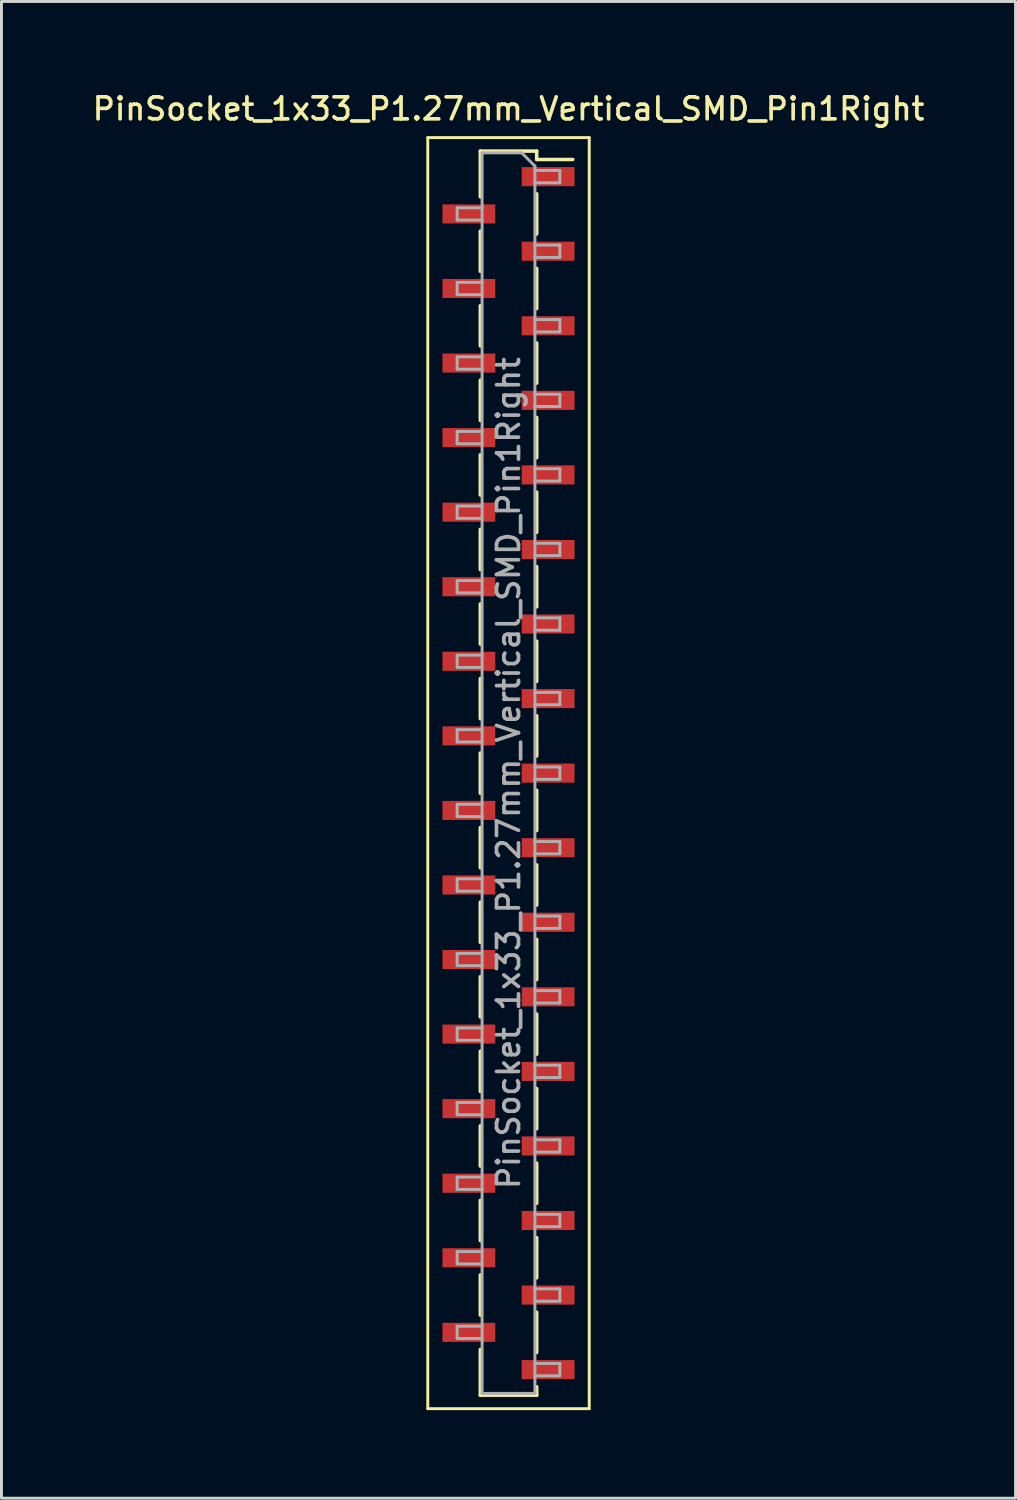
<source format=kicad_pcb>
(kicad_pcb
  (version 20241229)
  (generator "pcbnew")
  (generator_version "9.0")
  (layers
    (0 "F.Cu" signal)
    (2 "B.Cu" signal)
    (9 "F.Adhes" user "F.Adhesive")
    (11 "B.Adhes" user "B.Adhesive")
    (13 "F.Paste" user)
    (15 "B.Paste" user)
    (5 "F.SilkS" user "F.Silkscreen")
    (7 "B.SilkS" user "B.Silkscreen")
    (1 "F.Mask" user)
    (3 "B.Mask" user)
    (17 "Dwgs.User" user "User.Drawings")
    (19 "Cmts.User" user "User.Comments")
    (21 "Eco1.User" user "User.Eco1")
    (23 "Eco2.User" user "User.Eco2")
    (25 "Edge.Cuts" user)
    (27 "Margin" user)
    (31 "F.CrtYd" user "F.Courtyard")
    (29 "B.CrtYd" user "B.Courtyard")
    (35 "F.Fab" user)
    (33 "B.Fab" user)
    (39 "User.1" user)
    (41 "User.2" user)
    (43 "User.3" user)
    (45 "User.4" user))
  (footprint "PinSocket_1x33_P1.27mm_Vertical_SMD_Pin1Right"
    (layer "F.Cu")
    (at 14.273 23.288)
    (property "Reference" "PinSocket_1x33_P1.27mm_Vertical_SMD_Pin1Right" (at 0 -22.63 0) (layer "F.SilkS") (effects (font (size 0.75 0.75) (thickness 0.125))))
    (attr smd)
    (fp_line (start -2.75 -21.65) (end 2.75 -21.65) (stroke (width 0.1) (type solid)) (layer "F.SilkS"))
    (fp_line (start -2.75 21.65) (end -2.75 -21.65) (stroke (width 0.1) (type solid)) (layer "F.SilkS"))
    (fp_line (start -0.96 -21.19) (end -0.96 -19.635) (stroke (width 0.12) (type solid)) (layer "F.SilkS"))
    (fp_line (start -0.96 -21.19) (end 0.96 -21.19) (stroke (width 0.12) (type solid)) (layer "F.SilkS"))
    (fp_line (start -0.96 -18.465) (end -0.96 -17.095) (stroke (width 0.12) (type solid)) (layer "F.SilkS"))
    (fp_line (start -0.96 -15.925) (end -0.96 -14.555) (stroke (width 0.12) (type solid)) (layer "F.SilkS"))
    (fp_line (start -0.96 -13.385) (end -0.96 -12.015) (stroke (width 0.12) (type solid)) (layer "F.SilkS"))
    (fp_line (start -0.96 -10.845) (end -0.96 -9.475) (stroke (width 0.12) (type solid)) (layer "F.SilkS"))
    (fp_line (start -0.96 -8.305) (end -0.96 -6.935) (stroke (width 0.12) (type solid)) (layer "F.SilkS"))
    (fp_line (start -0.96 -5.765) (end -0.96 -4.395) (stroke (width 0.12) (type solid)) (layer "F.SilkS"))
    (fp_line (start -0.96 -3.225) (end -0.96 -1.855) (stroke (width 0.12) (type solid)) (layer "F.SilkS"))
    (fp_line (start -0.96 -0.685) (end -0.96 0.685) (stroke (width 0.12) (type solid)) (layer "F.SilkS"))
    (fp_line (start -0.96 1.855) (end -0.96 3.225) (stroke (width 0.12) (type solid)) (layer "F.SilkS"))
    (fp_line (start -0.96 4.395) (end -0.96 5.765) (stroke (width 0.12) (type solid)) (layer "F.SilkS"))
    (fp_line (start -0.96 6.935) (end -0.96 8.305) (stroke (width 0.12) (type solid)) (layer "F.SilkS"))
    (fp_line (start -0.96 9.475) (end -0.96 10.845) (stroke (width 0.12) (type solid)) (layer "F.SilkS"))
    (fp_line (start -0.96 12.015) (end -0.96 13.385) (stroke (width 0.12) (type solid)) (layer "F.SilkS"))
    (fp_line (start -0.96 14.555) (end -0.96 15.925) (stroke (width 0.12) (type solid)) (layer "F.SilkS"))
    (fp_line (start -0.96 17.095) (end -0.96 18.465) (stroke (width 0.12) (type solid)) (layer "F.SilkS"))
    (fp_line (start -0.96 19.635) (end -0.96 21.19) (stroke (width 0.12) (type solid)) (layer "F.SilkS"))
    (fp_line (start -0.96 21.19) (end 0.96 21.19) (stroke (width 0.12) (type solid)) (layer "F.SilkS"))
    (fp_line (start 0.96 -21.19) (end 0.96 -20.905) (stroke (width 0.12) (type solid)) (layer "F.SilkS"))
    (fp_line (start 0.96 -20.905) (end 2.19 -20.905) (stroke (width 0.12) (type solid)) (layer "F.SilkS"))
    (fp_line (start 0.96 -19.735) (end 0.96 -18.365) (stroke (width 0.12) (type solid)) (layer "F.SilkS"))
    (fp_line (start 0.96 -17.195) (end 0.96 -15.825) (stroke (width 0.12) (type solid)) (layer "F.SilkS"))
    (fp_line (start 0.96 -14.655) (end 0.96 -13.285) (stroke (width 0.12) (type solid)) (layer "F.SilkS"))
    (fp_line (start 0.96 -12.115) (end 0.96 -10.745) (stroke (width 0.12) (type solid)) (layer "F.SilkS"))
    (fp_line (start 0.96 -9.575) (end 0.96 -8.205) (stroke (width 0.12) (type solid)) (layer "F.SilkS"))
    (fp_line (start 0.96 -7.035) (end 0.96 -5.665) (stroke (width 0.12) (type solid)) (layer "F.SilkS"))
    (fp_line (start 0.96 -4.495) (end 0.96 -3.125) (stroke (width 0.12) (type solid)) (layer "F.SilkS"))
    (fp_line (start 0.96 -1.955) (end 0.96 -0.585) (stroke (width 0.12) (type solid)) (layer "F.SilkS"))
    (fp_line (start 0.96 0.585) (end 0.96 1.955) (stroke (width 0.12) (type solid)) (layer "F.SilkS"))
    (fp_line (start 0.96 3.125) (end 0.96 4.495) (stroke (width 0.12) (type solid)) (layer "F.SilkS"))
    (fp_line (start 0.96 5.665) (end 0.96 7.035) (stroke (width 0.12) (type solid)) (layer "F.SilkS"))
    (fp_line (start 0.96 8.205) (end 0.96 9.575) (stroke (width 0.12) (type solid)) (layer "F.SilkS"))
    (fp_line (start 0.96 10.745) (end 0.96 12.115) (stroke (width 0.12) (type solid)) (layer "F.SilkS"))
    (fp_line (start 0.96 13.285) (end 0.96 14.655) (stroke (width 0.12) (type solid)) (layer "F.SilkS"))
    (fp_line (start 0.96 15.825) (end 0.96 17.195) (stroke (width 0.12) (type solid)) (layer "F.SilkS"))
    (fp_line (start 0.96 18.365) (end 0.96 19.735) (stroke (width 0.12) (type solid)) (layer "F.SilkS"))
    (fp_line (start 0.96 20.905) (end 0.96 21.19) (stroke (width 0.12) (type solid)) (layer "F.SilkS"))
    (fp_line (start 2.75 -21.65) (end 2.75 21.65) (stroke (width 0.1) (type solid)) (layer "F.SilkS"))
    (fp_line (start 2.75 21.65) (end -2.75 21.65) (stroke (width 0.1) (type solid)) (layer "F.SilkS"))
    (fp_line (start -1.75 -19.26) (end -0.9 -19.26) (stroke (width 0.1) (type solid)) (layer "F.Fab"))
    (fp_line (start -1.75 -18.84) (end -1.75 -19.26) (stroke (width 0.1) (type solid)) (layer "F.Fab"))
    (fp_line (start -1.75 -16.72) (end -0.9 -16.72) (stroke (width 0.1) (type solid)) (layer "F.Fab"))
    (fp_line (start -1.75 -16.3) (end -1.75 -16.72) (stroke (width 0.1) (type solid)) (layer "F.Fab"))
    (fp_line (start -1.75 -14.18) (end -0.9 -14.18) (stroke (width 0.1) (type solid)) (layer "F.Fab"))
    (fp_line (start -1.75 -13.76) (end -1.75 -14.18) (stroke (width 0.1) (type solid)) (layer "F.Fab"))
    (fp_line (start -1.75 -11.64) (end -0.9 -11.64) (stroke (width 0.1) (type solid)) (layer "F.Fab"))
    (fp_line (start -1.75 -11.22) (end -1.75 -11.64) (stroke (width 0.1) (type solid)) (layer "F.Fab"))
    (fp_line (start -1.75 -9.1) (end -0.9 -9.1) (stroke (width 0.1) (type solid)) (layer "F.Fab"))
    (fp_line (start -1.75 -8.68) (end -1.75 -9.1) (stroke (width 0.1) (type solid)) (layer "F.Fab"))
    (fp_line (start -1.75 -6.56) (end -0.9 -6.56) (stroke (width 0.1) (type solid)) (layer "F.Fab"))
    (fp_line (start -1.75 -6.14) (end -1.75 -6.56) (stroke (width 0.1) (type solid)) (layer "F.Fab"))
    (fp_line (start -1.75 -4.02) (end -0.9 -4.02) (stroke (width 0.1) (type solid)) (layer "F.Fab"))
    (fp_line (start -1.75 -3.6) (end -1.75 -4.02) (stroke (width 0.1) (type solid)) (layer "F.Fab"))
    (fp_line (start -1.75 -1.48) (end -0.9 -1.48) (stroke (width 0.1) (type solid)) (layer "F.Fab"))
    (fp_line (start -1.75 -1.06) (end -1.75 -1.48) (stroke (width 0.1) (type solid)) (layer "F.Fab"))
    (fp_line (start -1.75 1.06) (end -0.9 1.06) (stroke (width 0.1) (type solid)) (layer "F.Fab"))
    (fp_line (start -1.75 1.48) (end -1.75 1.06) (stroke (width 0.1) (type solid)) (layer "F.Fab"))
    (fp_line (start -1.75 3.6) (end -0.9 3.6) (stroke (width 0.1) (type solid)) (layer "F.Fab"))
    (fp_line (start -1.75 4.02) (end -1.75 3.6) (stroke (width 0.1) (type solid)) (layer "F.Fab"))
    (fp_line (start -1.75 6.14) (end -0.9 6.14) (stroke (width 0.1) (type solid)) (layer "F.Fab"))
    (fp_line (start -1.75 6.56) (end -1.75 6.14) (stroke (width 0.1) (type solid)) (layer "F.Fab"))
    (fp_line (start -1.75 8.68) (end -0.9 8.68) (stroke (width 0.1) (type solid)) (layer "F.Fab"))
    (fp_line (start -1.75 9.1) (end -1.75 8.68) (stroke (width 0.1) (type solid)) (layer "F.Fab"))
    (fp_line (start -1.75 11.22) (end -0.9 11.22) (stroke (width 0.1) (type solid)) (layer "F.Fab"))
    (fp_line (start -1.75 11.64) (end -1.75 11.22) (stroke (width 0.1) (type solid)) (layer "F.Fab"))
    (fp_line (start -1.75 13.76) (end -0.9 13.76) (stroke (width 0.1) (type solid)) (layer "F.Fab"))
    (fp_line (start -1.75 14.18) (end -1.75 13.76) (stroke (width 0.1) (type solid)) (layer "F.Fab"))
    (fp_line (start -1.75 16.3) (end -0.9 16.3) (stroke (width 0.1) (type solid)) (layer "F.Fab"))
    (fp_line (start -1.75 16.72) (end -1.75 16.3) (stroke (width 0.1) (type solid)) (layer "F.Fab"))
    (fp_line (start -1.75 18.84) (end -0.9 18.84) (stroke (width 0.1) (type solid)) (layer "F.Fab"))
    (fp_line (start -1.75 19.26) (end -1.75 18.84) (stroke (width 0.1) (type solid)) (layer "F.Fab"))
    (fp_line (start -0.9 -21.13) (end 0.45 -21.13) (stroke (width 0.1) (type solid)) (layer "F.Fab"))
    (fp_line (start -0.9 -18.84) (end -1.75 -18.84) (stroke (width 0.1) (type solid)) (layer "F.Fab"))
    (fp_line (start -0.9 -16.3) (end -1.75 -16.3) (stroke (width 0.1) (type solid)) (layer "F.Fab"))
    (fp_line (start -0.9 -13.76) (end -1.75 -13.76) (stroke (width 0.1) (type solid)) (layer "F.Fab"))
    (fp_line (start -0.9 -11.22) (end -1.75 -11.22) (stroke (width 0.1) (type solid)) (layer "F.Fab"))
    (fp_line (start -0.9 -8.68) (end -1.75 -8.68) (stroke (width 0.1) (type solid)) (layer "F.Fab"))
    (fp_line (start -0.9 -6.14) (end -1.75 -6.14) (stroke (width 0.1) (type solid)) (layer "F.Fab"))
    (fp_line (start -0.9 -3.6) (end -1.75 -3.6) (stroke (width 0.1) (type solid)) (layer "F.Fab"))
    (fp_line (start -0.9 -1.06) (end -1.75 -1.06) (stroke (width 0.1) (type solid)) (layer "F.Fab"))
    (fp_line (start -0.9 1.48) (end -1.75 1.48) (stroke (width 0.1) (type solid)) (layer "F.Fab"))
    (fp_line (start -0.9 4.02) (end -1.75 4.02) (stroke (width 0.1) (type solid)) (layer "F.Fab"))
    (fp_line (start -0.9 6.56) (end -1.75 6.56) (stroke (width 0.1) (type solid)) (layer "F.Fab"))
    (fp_line (start -0.9 9.1) (end -1.75 9.1) (stroke (width 0.1) (type solid)) (layer "F.Fab"))
    (fp_line (start -0.9 11.64) (end -1.75 11.64) (stroke (width 0.1) (type solid)) (layer "F.Fab"))
    (fp_line (start -0.9 14.18) (end -1.75 14.18) (stroke (width 0.1) (type solid)) (layer "F.Fab"))
    (fp_line (start -0.9 16.72) (end -1.75 16.72) (stroke (width 0.1) (type solid)) (layer "F.Fab"))
    (fp_line (start -0.9 19.26) (end -1.75 19.26) (stroke (width 0.1) (type solid)) (layer "F.Fab"))
    (fp_line (start -0.9 21.13) (end -0.9 -21.13) (stroke (width 0.1) (type solid)) (layer "F.Fab"))
    (fp_line (start 0.45 -21.13) (end 0.9 -20.68) (stroke (width 0.1) (type solid)) (layer "F.Fab"))
    (fp_line (start 0.9 -20.68) (end 0.9 21.13) (stroke (width 0.1) (type solid)) (layer "F.Fab"))
    (fp_line (start 0.9 -20.53) (end 1.75 -20.53) (stroke (width 0.1) (type solid)) (layer "F.Fab"))
    (fp_line (start 0.9 -17.99) (end 1.75 -17.99) (stroke (width 0.1) (type solid)) (layer "F.Fab"))
    (fp_line (start 0.9 -15.45) (end 1.75 -15.45) (stroke (width 0.1) (type solid)) (layer "F.Fab"))
    (fp_line (start 0.9 -12.91) (end 1.75 -12.91) (stroke (width 0.1) (type solid)) (layer "F.Fab"))
    (fp_line (start 0.9 -10.37) (end 1.75 -10.37) (stroke (width 0.1) (type solid)) (layer "F.Fab"))
    (fp_line (start 0.9 -7.83) (end 1.75 -7.83) (stroke (width 0.1) (type solid)) (layer "F.Fab"))
    (fp_line (start 0.9 -5.29) (end 1.75 -5.29) (stroke (width 0.1) (type solid)) (layer "F.Fab"))
    (fp_line (start 0.9 -2.75) (end 1.75 -2.75) (stroke (width 0.1) (type solid)) (layer "F.Fab"))
    (fp_line (start 0.9 -0.21) (end 1.75 -0.21) (stroke (width 0.1) (type solid)) (layer "F.Fab"))
    (fp_line (start 0.9 2.33) (end 1.75 2.33) (stroke (width 0.1) (type solid)) (layer "F.Fab"))
    (fp_line (start 0.9 4.87) (end 1.75 4.87) (stroke (width 0.1) (type solid)) (layer "F.Fab"))
    (fp_line (start 0.9 7.41) (end 1.75 7.41) (stroke (width 0.1) (type solid)) (layer "F.Fab"))
    (fp_line (start 0.9 9.95) (end 1.75 9.95) (stroke (width 0.1) (type solid)) (layer "F.Fab"))
    (fp_line (start 0.9 12.49) (end 1.75 12.49) (stroke (width 0.1) (type solid)) (layer "F.Fab"))
    (fp_line (start 0.9 15.03) (end 1.75 15.03) (stroke (width 0.1) (type solid)) (layer "F.Fab"))
    (fp_line (start 0.9 17.57) (end 1.75 17.57) (stroke (width 0.1) (type solid)) (layer "F.Fab"))
    (fp_line (start 0.9 20.11) (end 1.75 20.11) (stroke (width 0.1) (type solid)) (layer "F.Fab"))
    (fp_line (start 0.9 21.13) (end -0.9 21.13) (stroke (width 0.1) (type solid)) (layer "F.Fab"))
    (fp_line (start 1.75 -20.53) (end 1.75 -20.11) (stroke (width 0.1) (type solid)) (layer "F.Fab"))
    (fp_line (start 1.75 -20.11) (end 0.9 -20.11) (stroke (width 0.1) (type solid)) (layer "F.Fab"))
    (fp_line (start 1.75 -17.99) (end 1.75 -17.57) (stroke (width 0.1) (type solid)) (layer "F.Fab"))
    (fp_line (start 1.75 -17.57) (end 0.9 -17.57) (stroke (width 0.1) (type solid)) (layer "F.Fab"))
    (fp_line (start 1.75 -15.45) (end 1.75 -15.03) (stroke (width 0.1) (type solid)) (layer "F.Fab"))
    (fp_line (start 1.75 -15.03) (end 0.9 -15.03) (stroke (width 0.1) (type solid)) (layer "F.Fab"))
    (fp_line (start 1.75 -12.91) (end 1.75 -12.49) (stroke (width 0.1) (type solid)) (layer "F.Fab"))
    (fp_line (start 1.75 -12.49) (end 0.9 -12.49) (stroke (width 0.1) (type solid)) (layer "F.Fab"))
    (fp_line (start 1.75 -10.37) (end 1.75 -9.95) (stroke (width 0.1) (type solid)) (layer "F.Fab"))
    (fp_line (start 1.75 -9.95) (end 0.9 -9.95) (stroke (width 0.1) (type solid)) (layer "F.Fab"))
    (fp_line (start 1.75 -7.83) (end 1.75 -7.41) (stroke (width 0.1) (type solid)) (layer "F.Fab"))
    (fp_line (start 1.75 -7.41) (end 0.9 -7.41) (stroke (width 0.1) (type solid)) (layer "F.Fab"))
    (fp_line (start 1.75 -5.29) (end 1.75 -4.87) (stroke (width 0.1) (type solid)) (layer "F.Fab"))
    (fp_line (start 1.75 -4.87) (end 0.9 -4.87) (stroke (width 0.1) (type solid)) (layer "F.Fab"))
    (fp_line (start 1.75 -2.75) (end 1.75 -2.33) (stroke (width 0.1) (type solid)) (layer "F.Fab"))
    (fp_line (start 1.75 -2.33) (end 0.9 -2.33) (stroke (width 0.1) (type solid)) (layer "F.Fab"))
    (fp_line (start 1.75 -0.21) (end 1.75 0.21) (stroke (width 0.1) (type solid)) (layer "F.Fab"))
    (fp_line (start 1.75 0.21) (end 0.9 0.21) (stroke (width 0.1) (type solid)) (layer "F.Fab"))
    (fp_line (start 1.75 2.33) (end 1.75 2.75) (stroke (width 0.1) (type solid)) (layer "F.Fab"))
    (fp_line (start 1.75 2.75) (end 0.9 2.75) (stroke (width 0.1) (type solid)) (layer "F.Fab"))
    (fp_line (start 1.75 4.87) (end 1.75 5.29) (stroke (width 0.1) (type solid)) (layer "F.Fab"))
    (fp_line (start 1.75 5.29) (end 0.9 5.29) (stroke (width 0.1) (type solid)) (layer "F.Fab"))
    (fp_line (start 1.75 7.41) (end 1.75 7.83) (stroke (width 0.1) (type solid)) (layer "F.Fab"))
    (fp_line (start 1.75 7.83) (end 0.9 7.83) (stroke (width 0.1) (type solid)) (layer "F.Fab"))
    (fp_line (start 1.75 9.95) (end 1.75 10.37) (stroke (width 0.1) (type solid)) (layer "F.Fab"))
    (fp_line (start 1.75 10.37) (end 0.9 10.37) (stroke (width 0.1) (type solid)) (layer "F.Fab"))
    (fp_line (start 1.75 12.49) (end 1.75 12.91) (stroke (width 0.1) (type solid)) (layer "F.Fab"))
    (fp_line (start 1.75 12.91) (end 0.9 12.91) (stroke (width 0.1) (type solid)) (layer "F.Fab"))
    (fp_line (start 1.75 15.03) (end 1.75 15.45) (stroke (width 0.1) (type solid)) (layer "F.Fab"))
    (fp_line (start 1.75 15.45) (end 0.9 15.45) (stroke (width 0.1) (type solid)) (layer "F.Fab"))
    (fp_line (start 1.75 17.57) (end 1.75 17.99) (stroke (width 0.1) (type solid)) (layer "F.Fab"))
    (fp_line (start 1.75 17.99) (end 0.9 17.99) (stroke (width 0.1) (type solid)) (layer "F.Fab"))
    (fp_line (start 1.75 20.11) (end 1.75 20.53) (stroke (width 0.1) (type solid)) (layer "F.Fab"))
    (fp_line (start 1.75 20.53) (end 0.9 20.53) (stroke (width 0.1) (type solid)) (layer "F.Fab"))
    (fp_text user "${REFERENCE}" (at 0 0 90) (layer "F.Fab") (effects (font (size 0.75 0.75) (thickness 0.125))))
    (pad "1" smd rect (at 1.35 -20.32) (size 1.8 0.65) (layers "F.Cu" "F.Mask" "F.Paste"))
    (pad "2" smd rect (at -1.35 -19.05) (size 1.8 0.65) (layers "F.Cu" "F.Mask" "F.Paste"))
    (pad "3" smd rect (at 1.35 -17.78) (size 1.8 0.65) (layers "F.Cu" "F.Mask" "F.Paste"))
    (pad "4" smd rect (at -1.35 -16.51) (size 1.8 0.65) (layers "F.Cu" "F.Mask" "F.Paste"))
    (pad "5" smd rect (at 1.35 -15.24) (size 1.8 0.65) (layers "F.Cu" "F.Mask" "F.Paste"))
    (pad "6" smd rect (at -1.35 -13.97) (size 1.8 0.65) (layers "F.Cu" "F.Mask" "F.Paste"))
    (pad "7" smd rect (at 1.35 -12.7) (size 1.8 0.65) (layers "F.Cu" "F.Mask" "F.Paste"))
    (pad "8" smd rect (at -1.35 -11.43) (size 1.8 0.65) (layers "F.Cu" "F.Mask" "F.Paste"))
    (pad "9" smd rect (at 1.35 -10.16) (size 1.8 0.65) (layers "F.Cu" "F.Mask" "F.Paste"))
    (pad "10" smd rect (at -1.35 -8.89) (size 1.8 0.65) (layers "F.Cu" "F.Mask" "F.Paste"))
    (pad "11" smd rect (at 1.35 -7.62) (size 1.8 0.65) (layers "F.Cu" "F.Mask" "F.Paste"))
    (pad "12" smd rect (at -1.35 -6.35) (size 1.8 0.65) (layers "F.Cu" "F.Mask" "F.Paste"))
    (pad "13" smd rect (at 1.35 -5.08) (size 1.8 0.65) (layers "F.Cu" "F.Mask" "F.Paste"))
    (pad "14" smd rect (at -1.35 -3.81) (size 1.8 0.65) (layers "F.Cu" "F.Mask" "F.Paste"))
    (pad "15" smd rect (at 1.35 -2.54) (size 1.8 0.65) (layers "F.Cu" "F.Mask" "F.Paste"))
    (pad "16" smd rect (at -1.35 -1.27) (size 1.8 0.65) (layers "F.Cu" "F.Mask" "F.Paste"))
    (pad "17" smd rect (at 1.35 0) (size 1.8 0.65) (layers "F.Cu" "F.Mask" "F.Paste"))
    (pad "18" smd rect (at -1.35 1.27) (size 1.8 0.65) (layers "F.Cu" "F.Mask" "F.Paste"))
    (pad "19" smd rect (at 1.35 2.54) (size 1.8 0.65) (layers "F.Cu" "F.Mask" "F.Paste"))
    (pad "20" smd rect (at -1.35 3.81) (size 1.8 0.65) (layers "F.Cu" "F.Mask" "F.Paste"))
    (pad "21" smd rect (at 1.35 5.08) (size 1.8 0.65) (layers "F.Cu" "F.Mask" "F.Paste"))
    (pad "22" smd rect (at -1.35 6.35) (size 1.8 0.65) (layers "F.Cu" "F.Mask" "F.Paste"))
    (pad "23" smd rect (at 1.35 7.62) (size 1.8 0.65) (layers "F.Cu" "F.Mask" "F.Paste"))
    (pad "24" smd rect (at -1.35 8.89) (size 1.8 0.65) (layers "F.Cu" "F.Mask" "F.Paste"))
    (pad "25" smd rect (at 1.35 10.16) (size 1.8 0.65) (layers "F.Cu" "F.Mask" "F.Paste"))
    (pad "26" smd rect (at -1.35 11.43) (size 1.8 0.65) (layers "F.Cu" "F.Mask" "F.Paste"))
    (pad "27" smd rect (at 1.35 12.7) (size 1.8 0.65) (layers "F.Cu" "F.Mask" "F.Paste"))
    (pad "28" smd rect (at -1.35 13.97) (size 1.8 0.65) (layers "F.Cu" "F.Mask" "F.Paste"))
    (pad "29" smd rect (at 1.35 15.24) (size 1.8 0.65) (layers "F.Cu" "F.Mask" "F.Paste"))
    (pad "30" smd rect (at -1.35 16.51) (size 1.8 0.65) (layers "F.Cu" "F.Mask" "F.Paste"))
    (pad "31" smd rect (at 1.35 17.78) (size 1.8 0.65) (layers "F.Cu" "F.Mask" "F.Paste"))
    (pad "32" smd rect (at -1.35 19.05) (size 1.8 0.65) (layers "F.Cu" "F.Mask" "F.Paste"))
    (pad "33" smd rect (at 1.35 20.32) (size 1.8 0.65) (layers "F.Cu" "F.Mask" "F.Paste")))
  (gr_rect
    (start -3 -3)
    (end 31.546 47.988)
    (stroke (width 0.1) (type default))
    (fill no)
    (layer "Edge.Cuts")))
</source>
